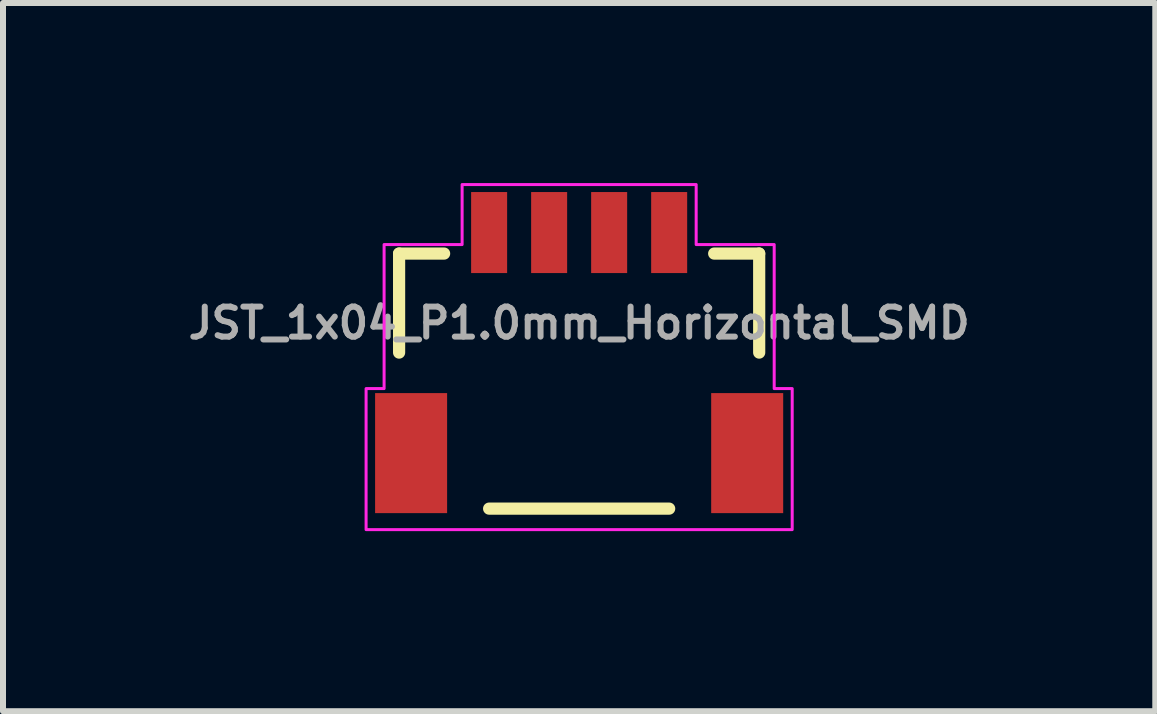
<source format=kicad_pcb>
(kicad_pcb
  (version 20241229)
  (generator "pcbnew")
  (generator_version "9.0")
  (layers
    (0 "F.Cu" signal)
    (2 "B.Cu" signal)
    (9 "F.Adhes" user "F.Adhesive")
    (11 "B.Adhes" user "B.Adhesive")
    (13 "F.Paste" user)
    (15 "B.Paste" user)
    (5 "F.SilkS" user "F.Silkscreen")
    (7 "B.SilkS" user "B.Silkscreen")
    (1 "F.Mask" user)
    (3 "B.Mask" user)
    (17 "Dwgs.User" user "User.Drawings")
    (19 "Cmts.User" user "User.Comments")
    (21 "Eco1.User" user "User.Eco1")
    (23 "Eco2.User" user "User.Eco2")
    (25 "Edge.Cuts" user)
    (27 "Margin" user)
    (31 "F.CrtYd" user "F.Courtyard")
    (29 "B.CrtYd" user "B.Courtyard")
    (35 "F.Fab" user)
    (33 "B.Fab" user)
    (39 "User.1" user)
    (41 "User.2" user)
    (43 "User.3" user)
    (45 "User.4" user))
  (footprint "JST_1x04_P1.0mm_Horizontal_SMD"
    (layer "F.Cu")
    (at 6.6 0.825)
    (property "Reference" "JST_1x04_P1.0mm_Horizontal_SMD" (at 0 1.8 0) (layer "F.Fab") (effects (font (size 0.5 0.5) (thickness 0.1)) (justify bottom)))
    (attr smd)
    (fp_line (start -3 0.35) (end -2.25 0.35) (stroke (width 0.203) (type solid)) (layer "F.SilkS"))
    (fp_line (start -3 2) (end -3 0.35) (stroke (width 0.203) (type solid)) (layer "F.SilkS"))
    (fp_line (start -1.5 4.6) (end 1.5 4.6) (stroke (width 0.203) (type solid)) (layer "F.SilkS"))
    (fp_line (start 2.25 0.35) (end 3 0.35) (stroke (width 0.203) (type solid)) (layer "F.SilkS"))
    (fp_line (start 3 0.35) (end 3 2) (stroke (width 0.203) (type solid)) (layer "F.SilkS"))
    (fp_poly (pts (xy -3.55 4.95) (xy -3.55 2.6) (xy -3.25 2.6) (xy -3.25 0.2) (xy -1.95 0.2) (xy -1.95 -0.8) (xy 1.95 -0.8) (xy 1.95 0.2) (xy 3.25 0.2) (xy 3.25 2.6) (xy 3.55 2.6) (xy 3.55 4.95)) (stroke (width 0.05) (type solid)) (fill no) (layer "F.CrtYd"))
    (pad "1" smd rect (at -1.5 0) (size 0.6 1.35) (layers "F.Cu" "F.Mask" "F.Paste"))
    (pad "2" smd rect (at -0.5 0) (size 0.6 1.35) (layers "F.Cu" "F.Mask" "F.Paste"))
    (pad "3" smd rect (at 0.5 0) (size 0.6 1.35) (layers "F.Cu" "F.Mask" "F.Paste"))
    (pad "4" smd rect (at 1.5 0) (size 0.6 1.35) (layers "F.Cu" "F.Mask" "F.Paste"))
    (pad "NC1" smd rect (at 2.8 3.675) (size 1.2 2) (layers "F.Cu" "F.Mask" "F.Paste"))
    (pad "NC2" smd rect (at -2.8 3.675) (size 1.2 2) (layers "F.Cu" "F.Mask" "F.Paste")))
  (gr_rect
    (start -3 -3)
    (end 16.2 8.8)
    (stroke (width 0.1) (type default))
    (fill no)
    (layer "Edge.Cuts")))
</source>
